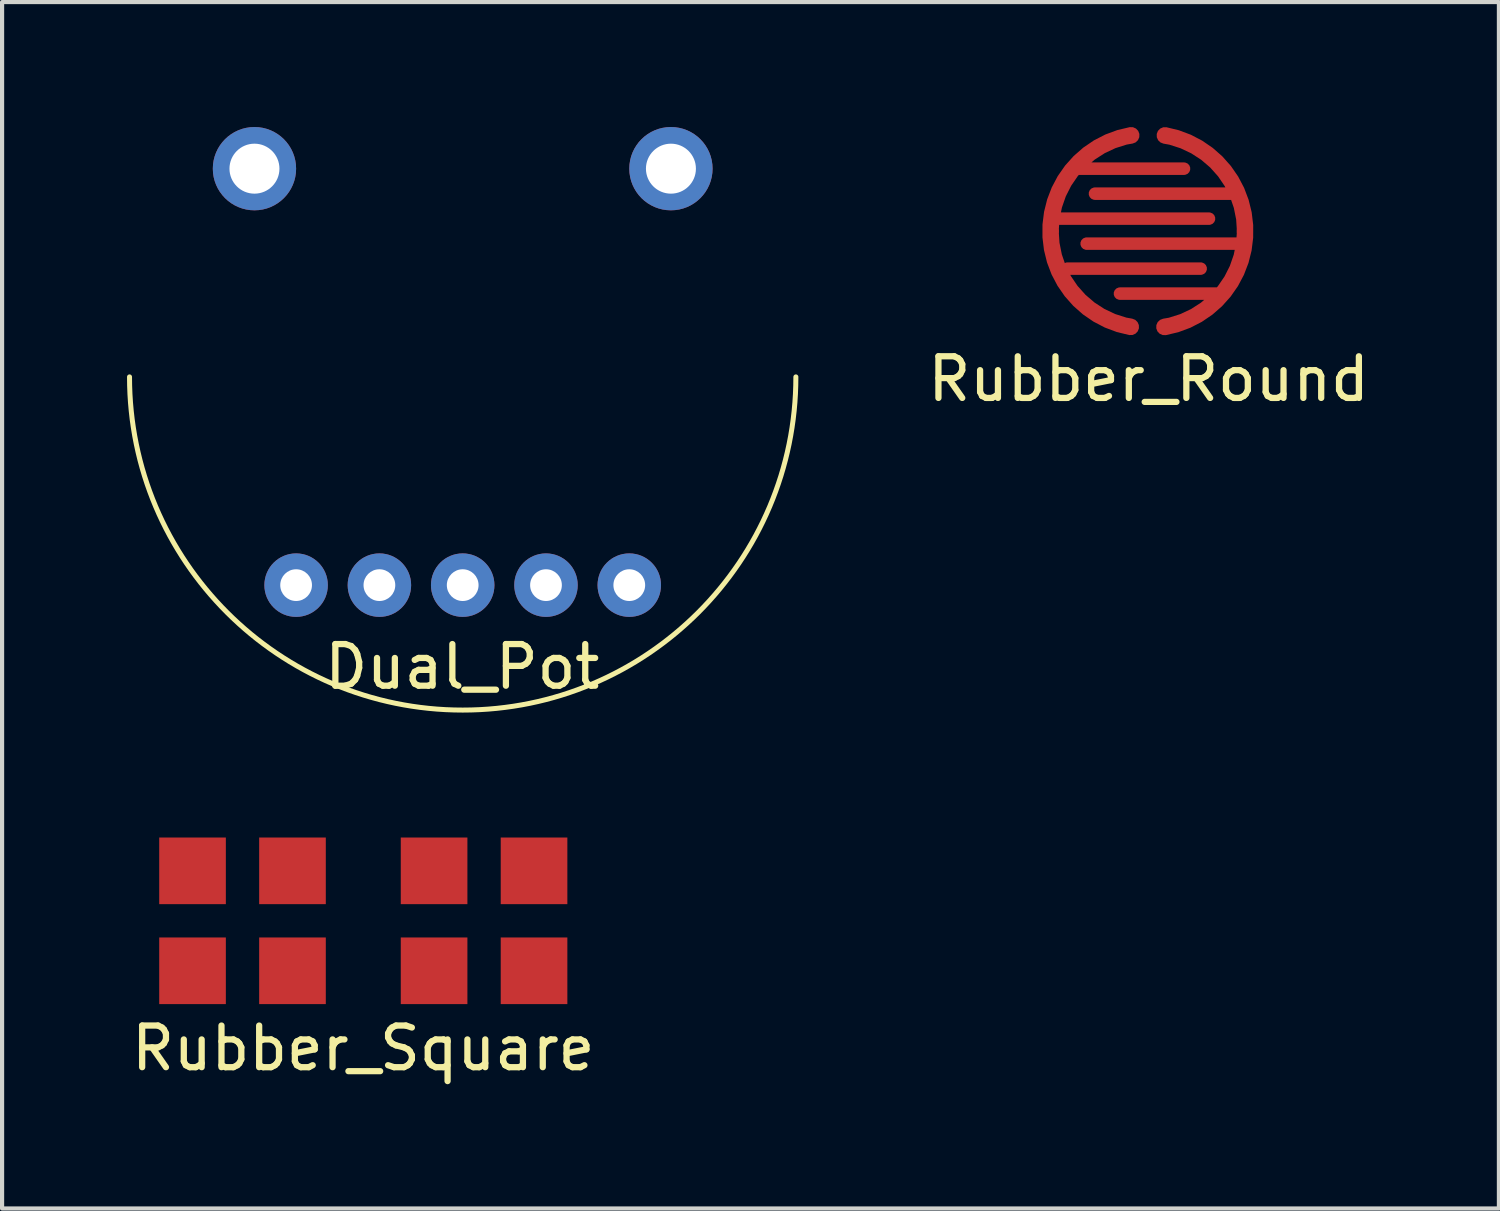
<source format=kicad_pcb>
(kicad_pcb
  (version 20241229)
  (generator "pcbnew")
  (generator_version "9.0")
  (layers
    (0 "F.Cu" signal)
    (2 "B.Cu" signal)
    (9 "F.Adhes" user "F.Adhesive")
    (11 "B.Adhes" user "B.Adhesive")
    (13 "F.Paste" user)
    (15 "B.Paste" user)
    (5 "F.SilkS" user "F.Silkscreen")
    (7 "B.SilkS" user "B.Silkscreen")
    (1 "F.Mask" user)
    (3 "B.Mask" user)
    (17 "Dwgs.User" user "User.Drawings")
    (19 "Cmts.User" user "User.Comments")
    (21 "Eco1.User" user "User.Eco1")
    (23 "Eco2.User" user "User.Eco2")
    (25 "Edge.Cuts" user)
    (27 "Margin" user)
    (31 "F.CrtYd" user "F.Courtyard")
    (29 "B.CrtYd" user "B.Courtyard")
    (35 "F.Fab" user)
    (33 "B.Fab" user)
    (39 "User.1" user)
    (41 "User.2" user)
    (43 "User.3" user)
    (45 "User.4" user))
  (footprint "Rubber_Round"
    (layer "F.Cu")
    (at 24.511 2.5)
    (property "Reference" "Rubber_Round" (at 0.02 3.55 0) (layer "F.SilkS") (effects (font (size 1 1) (thickness 0.15))))
    (attr through_hole)
    (pad "1" smd custom (at -2.33 0) (size 0.4 0.4) (layers "F.Cu" "F.Mask") (options (anchor circle)) (primitives (gr_arc (start 1.919231 2.298101) (mid -0.004517 -0.005468) (end 1.93 -2.3) (width 0.4)) (gr_line (start 0.4 0.9) (end 3.6 0.9) (width 0.3)) (gr_line (start 0.63 -1.5) (end 3.2 -1.5) (width 0.3)) (gr_line (start 0.08 -0.3) (end 3.8 -0.3) (width 0.3))))
    (pad "2" smd custom (at 2.33 0 180) (size 0.4 0.4) (layers "F.Cu" "F.Mask") (options (anchor circle)) (primitives (gr_arc (start 1.919231 2.298101) (mid -0.004517 -0.005468) (end 1.93 -2.3) (width 0.4)) (gr_line (start 0.2 0.9) (end 3.6 0.9) (width 0.3)) (gr_line (start 0.63 -1.5) (end 3 -1.5) (width 0.3)) (gr_line (start 0.08 -0.3) (end 3.8 -0.3) (width 0.3)))))
  (footprint "Rubber_Square"
    (layer "F.Cu")
    (at 5.673 19.06)
    (property "Reference" "Rubber_Square" (at 0 3.06 0) (layer "F.SilkS") (effects (font (size 1 1) (thickness 0.15))))
    (attr through_hole)
    (pad "1" smd custom (at -4.1 -1.2) (size 1.6 1.6) (layers "F.Cu" "F.Mask") (options (anchor rect)) (primitives))
    (pad "1" smd custom (at -1.7 1.2) (size 1.6 1.6) (layers "F.Cu" "F.Mask") (options (anchor rect)) (primitives))
    (pad "1" smd custom (at 1.7 -1.2) (size 1.6 1.6) (layers "F.Cu" "F.Mask") (options (anchor rect)) (primitives))
    (pad "1" smd custom (at 4.1 1.2) (size 1.6 1.6) (layers "F.Cu" "F.Mask") (options (anchor rect)) (primitives))
    (pad "2" smd custom (at -4.1 1.2) (size 1.6 1.6) (layers "F.Cu" "F.Mask") (options (anchor rect)) (primitives))
    (pad "2" smd custom (at -1.7 -1.2) (size 1.6 1.6) (layers "F.Cu" "F.Mask") (options (anchor rect)) (primitives))
    (pad "2" smd custom (at 1.7 1.2) (size 1.6 1.6) (layers "F.Cu" "F.Mask") (options (anchor rect)) (primitives))
    (pad "2" smd custom (at 4.1 -1.2) (size 1.6 1.6) (layers "F.Cu" "F.Mask") (options (anchor rect)) (primitives)))
  (footprint "Dual_Pot"
    (layer "F.Cu")
    (at 8.06 6)
    (property "Reference" "Dual_Pot" (at -0.01 6.96 0) (layer "F.SilkS") (effects (font (size 1 1) (thickness 0.15))))
    (attr through_hole)
    (fp_arc (start 8 0) (mid 0 8) (end -8 0) (stroke (width 0.12) (type solid)) (layer "F.SilkS"))
    (pad "" thru_hole circle (at 0 5) (size 1.524 1.524) (drill 0.762) (layers "*.Cu" "*.Mask"))
    (pad "" thru_hole circle (at 2 5) (size 1.524 1.524) (drill 0.762) (layers "*.Cu" "*.Mask"))
    (pad "1" thru_hole circle (at 4 5) (size 1.524 1.524) (drill 0.762) (layers "*.Cu" "*.Mask"))
    (pad "2" thru_hole circle (at -2 5) (size 1.524 1.524) (drill 0.762) (layers "*.Cu" "*.Mask"))
    (pad "3" thru_hole circle (at -5 -5) (size 2 2) (drill 1.2) (layers "*.Cu" "*.Mask"))
    (pad "3" thru_hole circle (at -4 5) (size 1.524 1.524) (drill 0.762) (layers "*.Cu" "*.Mask"))
    (pad "3" thru_hole circle (at 5 -5) (size 2 2) (drill 1.2) (layers "*.Cu" "*.Mask")))
  (gr_rect
    (start -3 -3)
    (end 32.941 25.968)
    (stroke (width 0.1) (type default))
    (fill no)
    (layer "Edge.Cuts")))
</source>
